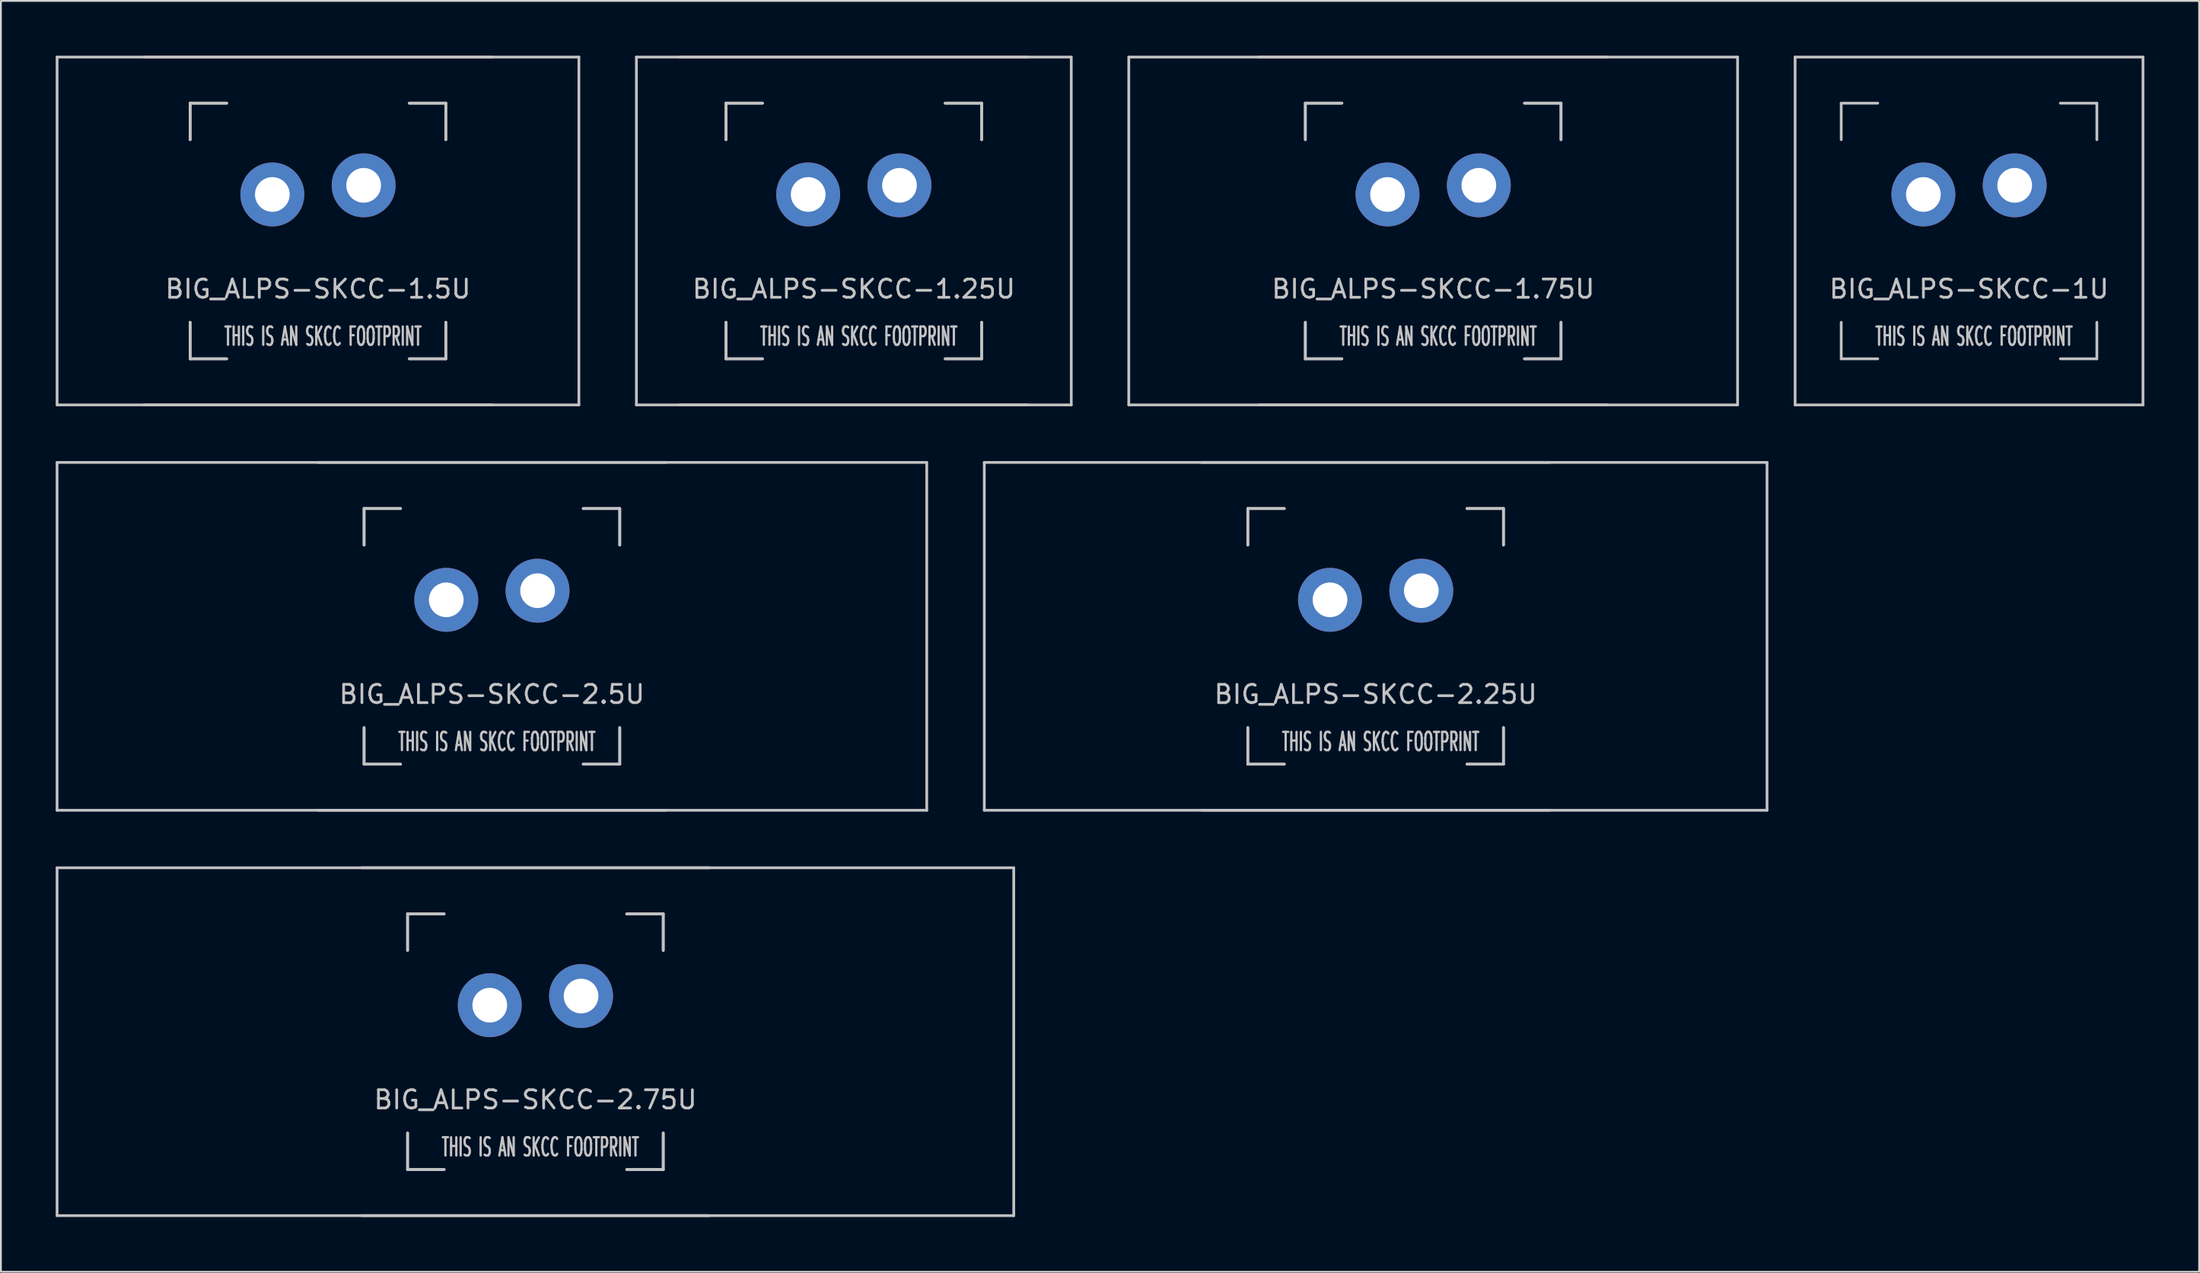
<source format=kicad_pcb>
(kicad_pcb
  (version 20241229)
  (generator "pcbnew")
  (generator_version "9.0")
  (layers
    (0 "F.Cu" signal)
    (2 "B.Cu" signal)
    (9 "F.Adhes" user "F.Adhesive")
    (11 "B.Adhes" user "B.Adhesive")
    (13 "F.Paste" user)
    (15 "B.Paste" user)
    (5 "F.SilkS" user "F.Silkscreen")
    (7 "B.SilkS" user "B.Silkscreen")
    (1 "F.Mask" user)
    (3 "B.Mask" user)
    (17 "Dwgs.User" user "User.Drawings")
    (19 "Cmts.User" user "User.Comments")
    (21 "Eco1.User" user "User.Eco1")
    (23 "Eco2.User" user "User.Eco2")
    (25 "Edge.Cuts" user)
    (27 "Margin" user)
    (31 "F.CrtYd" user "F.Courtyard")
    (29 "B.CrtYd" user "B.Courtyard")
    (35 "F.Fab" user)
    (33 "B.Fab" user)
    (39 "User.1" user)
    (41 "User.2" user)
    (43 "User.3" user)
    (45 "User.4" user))
  (footprint "BIG_ALPS-SKCC-1.25U"
    (layer "F.Cu")
    (at 43.706 9.6)
    (property "Reference" "BIG_ALPS-SKCC-1.25U" (at 0 3.175 0) (layer "Dwgs.User") (effects (font (size 1 1) (thickness 0.15))))
    (attr through_hole)
    (fp_line (start -11.906 -9.525) (end 11.906 -9.525) (stroke (width 0.15) (type solid)) (layer "Dwgs.User"))
    (fp_line (start -11.906 9.525) (end -11.906 -9.525) (stroke (width 0.15) (type solid)) (layer "Dwgs.User"))
    (fp_line (start -11.906 9.525) (end 11.906 9.525) (stroke (width 0.15) (type solid)) (layer "Dwgs.User"))
    (fp_line (start -9.525 -9.525) (end 9.525 -9.525) (stroke (width 0.15) (type solid)) (layer "Dwgs.User"))
    (fp_line (start -9.525 9.525) (end 9.525 9.525) (stroke (width 0.15) (type solid)) (layer "Dwgs.User"))
    (fp_line (start -7 -7) (end -7 -5) (stroke (width 0.15) (type solid)) (layer "Dwgs.User"))
    (fp_line (start -7 -7) (end -7 -5) (stroke (width 0.15) (type solid)) (layer "Dwgs.User"))
    (fp_line (start -7 5) (end -7 7) (stroke (width 0.15) (type solid)) (layer "Dwgs.User"))
    (fp_line (start -7 5) (end -7 7) (stroke (width 0.15) (type solid)) (layer "Dwgs.User"))
    (fp_line (start -7 7) (end -5 7) (stroke (width 0.15) (type solid)) (layer "Dwgs.User"))
    (fp_line (start -7 7) (end -5 7) (stroke (width 0.15) (type solid)) (layer "Dwgs.User"))
    (fp_line (start -5 -7) (end -7 -7) (stroke (width 0.15) (type solid)) (layer "Dwgs.User"))
    (fp_line (start -5 -7) (end -7 -7) (stroke (width 0.15) (type solid)) (layer "Dwgs.User"))
    (fp_line (start 5 -7) (end 7 -7) (stroke (width 0.15) (type solid)) (layer "Dwgs.User"))
    (fp_line (start 5 -7) (end 7 -7) (stroke (width 0.15) (type solid)) (layer "Dwgs.User"))
    (fp_line (start 5 7) (end 7 7) (stroke (width 0.15) (type solid)) (layer "Dwgs.User"))
    (fp_line (start 5 7) (end 7 7) (stroke (width 0.15) (type solid)) (layer "Dwgs.User"))
    (fp_line (start 7 -7) (end 7 -5) (stroke (width 0.15) (type solid)) (layer "Dwgs.User"))
    (fp_line (start 7 -7) (end 7 -5) (stroke (width 0.15) (type solid)) (layer "Dwgs.User"))
    (fp_line (start 7 7) (end 7 5) (stroke (width 0.15) (type solid)) (layer "Dwgs.User"))
    (fp_line (start 7 7) (end 7 5) (stroke (width 0.15) (type solid)) (layer "Dwgs.User"))
    (fp_line (start 11.906 -9.525) (end 11.906 9.525) (stroke (width 0.15) (type solid)) (layer "Dwgs.User"))
    (fp_text user "THIS IS AN SKCC FOOTPRINT" (at 0.275 5.775 0) (layer "Dwgs.User") (effects (font (size 1 0.5) (thickness 0.125))))
    (pad "1" thru_hole circle (at -2.5 -2) (size 3.5 3.5) (drill 1.9) (layers "*.Cu" "*.Mask"))
    (pad "2" thru_hole circle (at 2.5 -2.5) (size 3.5 3.5) (drill 1.9) (layers "*.Cu" "*.Mask")))
  (footprint "BIG_ALPS-SKCC-2.75U"
    (layer "F.Cu")
    (at 26.269 54)
    (property "Reference" "BIG_ALPS-SKCC-2.75U" (at 0 3.175 0) (layer "Dwgs.User") (effects (font (size 1 1) (thickness 0.15))))
    (attr through_hole)
    (fp_line (start -26.194 -9.525) (end 26.194 -9.525) (stroke (width 0.15) (type solid)) (layer "Dwgs.User"))
    (fp_line (start -26.194 9.525) (end -26.194 -9.525) (stroke (width 0.15) (type solid)) (layer "Dwgs.User"))
    (fp_line (start -26.194 9.525) (end 26.194 9.525) (stroke (width 0.15) (type solid)) (layer "Dwgs.User"))
    (fp_line (start -9.525 -9.525) (end 9.525 -9.525) (stroke (width 0.15) (type solid)) (layer "Dwgs.User"))
    (fp_line (start -9.525 9.525) (end 9.525 9.525) (stroke (width 0.15) (type solid)) (layer "Dwgs.User"))
    (fp_line (start -7 -7) (end -7 -5) (stroke (width 0.15) (type solid)) (layer "Dwgs.User"))
    (fp_line (start -7 -7) (end -7 -5) (stroke (width 0.15) (type solid)) (layer "Dwgs.User"))
    (fp_line (start -7 5) (end -7 7) (stroke (width 0.15) (type solid)) (layer "Dwgs.User"))
    (fp_line (start -7 5) (end -7 7) (stroke (width 0.15) (type solid)) (layer "Dwgs.User"))
    (fp_line (start -7 7) (end -5 7) (stroke (width 0.15) (type solid)) (layer "Dwgs.User"))
    (fp_line (start -7 7) (end -5 7) (stroke (width 0.15) (type solid)) (layer "Dwgs.User"))
    (fp_line (start -5 -7) (end -7 -7) (stroke (width 0.15) (type solid)) (layer "Dwgs.User"))
    (fp_line (start -5 -7) (end -7 -7) (stroke (width 0.15) (type solid)) (layer "Dwgs.User"))
    (fp_line (start 5 -7) (end 7 -7) (stroke (width 0.15) (type solid)) (layer "Dwgs.User"))
    (fp_line (start 5 -7) (end 7 -7) (stroke (width 0.15) (type solid)) (layer "Dwgs.User"))
    (fp_line (start 5 7) (end 7 7) (stroke (width 0.15) (type solid)) (layer "Dwgs.User"))
    (fp_line (start 5 7) (end 7 7) (stroke (width 0.15) (type solid)) (layer "Dwgs.User"))
    (fp_line (start 7 -7) (end 7 -5) (stroke (width 0.15) (type solid)) (layer "Dwgs.User"))
    (fp_line (start 7 -7) (end 7 -5) (stroke (width 0.15) (type solid)) (layer "Dwgs.User"))
    (fp_line (start 7 7) (end 7 5) (stroke (width 0.15) (type solid)) (layer "Dwgs.User"))
    (fp_line (start 7 7) (end 7 5) (stroke (width 0.15) (type solid)) (layer "Dwgs.User"))
    (fp_line (start 26.194 -9.525) (end 26.194 9.525) (stroke (width 0.15) (type solid)) (layer "Dwgs.User"))
    (fp_text user "THIS IS AN SKCC FOOTPRINT" (at 0.275 5.775 0) (layer "Dwgs.User") (effects (font (size 1 0.5) (thickness 0.125))))
    (pad "1" thru_hole circle (at -2.5 -2) (size 3.5 3.5) (drill 1.9) (layers "*.Cu" "*.Mask"))
    (pad "2" thru_hole circle (at 2.5 -2.5) (size 3.5 3.5) (drill 1.9) (layers "*.Cu" "*.Mask")))
  (footprint "BIG_ALPS-SKCC-1U"
    (layer "F.Cu")
    (at 104.775 9.6)
    (property "Reference" "BIG_ALPS-SKCC-1U" (at 0 3.175 0) (layer "Dwgs.User") (effects (font (size 1 1) (thickness 0.15))))
    (attr through_hole)
    (fp_line (start -9.525 -9.525) (end 9.525 -9.525) (stroke (width 0.15) (type solid)) (layer "Dwgs.User"))
    (fp_line (start -9.525 9.525) (end -9.525 -9.525) (stroke (width 0.15) (type solid)) (layer "Dwgs.User"))
    (fp_line (start -9.525 9.525) (end 9.525 9.525) (stroke (width 0.15) (type solid)) (layer "Dwgs.User"))
    (fp_line (start -7 -7) (end -7 -5) (stroke (width 0.15) (type solid)) (layer "Dwgs.User"))
    (fp_line (start -7 5) (end -7 7) (stroke (width 0.15) (type solid)) (layer "Dwgs.User"))
    (fp_line (start -7 7) (end -5 7) (stroke (width 0.15) (type solid)) (layer "Dwgs.User"))
    (fp_line (start -5 -7) (end -7 -7) (stroke (width 0.15) (type solid)) (layer "Dwgs.User"))
    (fp_line (start 5 -7) (end 7 -7) (stroke (width 0.15) (type solid)) (layer "Dwgs.User"))
    (fp_line (start 5 7) (end 7 7) (stroke (width 0.15) (type solid)) (layer "Dwgs.User"))
    (fp_line (start 7 -7) (end 7 -5) (stroke (width 0.15) (type solid)) (layer "Dwgs.User"))
    (fp_line (start 7 7) (end 7 5) (stroke (width 0.15) (type solid)) (layer "Dwgs.User"))
    (fp_line (start 9.525 -9.525) (end 9.525 9.525) (stroke (width 0.15) (type solid)) (layer "Dwgs.User"))
    (fp_text user "THIS IS AN SKCC FOOTPRINT" (at 0.275 5.775 0) (layer "Dwgs.User") (effects (font (size 1 0.5) (thickness 0.125))))
    (pad "1" thru_hole circle (at -2.5 -2) (size 3.5 3.5) (drill 1.9) (layers "*.Cu" "*.Mask"))
    (pad "2" thru_hole circle (at 2.5 -2.5) (size 3.5 3.5) (drill 1.9) (layers "*.Cu" "*.Mask")))
  (footprint "BIG_ALPS-SKCC-2.25U"
    (layer "F.Cu")
    (at 72.281 31.8)
    (property "Reference" "BIG_ALPS-SKCC-2.25U" (at 0 3.175 0) (layer "Dwgs.User") (effects (font (size 1 1) (thickness 0.15))))
    (attr through_hole)
    (fp_line (start -21.431 -9.525) (end 21.431 -9.525) (stroke (width 0.15) (type solid)) (layer "Dwgs.User"))
    (fp_line (start -21.431 9.525) (end -21.431 -9.525) (stroke (width 0.15) (type solid)) (layer "Dwgs.User"))
    (fp_line (start -21.431 9.525) (end 21.431 9.525) (stroke (width 0.15) (type solid)) (layer "Dwgs.User"))
    (fp_line (start -9.525 -9.525) (end 9.525 -9.525) (stroke (width 0.15) (type solid)) (layer "Dwgs.User"))
    (fp_line (start -9.525 9.525) (end 9.525 9.525) (stroke (width 0.15) (type solid)) (layer "Dwgs.User"))
    (fp_line (start -7 -7) (end -7 -5) (stroke (width 0.15) (type solid)) (layer "Dwgs.User"))
    (fp_line (start -7 -7) (end -7 -5) (stroke (width 0.15) (type solid)) (layer "Dwgs.User"))
    (fp_line (start -7 5) (end -7 7) (stroke (width 0.15) (type solid)) (layer "Dwgs.User"))
    (fp_line (start -7 5) (end -7 7) (stroke (width 0.15) (type solid)) (layer "Dwgs.User"))
    (fp_line (start -7 7) (end -5 7) (stroke (width 0.15) (type solid)) (layer "Dwgs.User"))
    (fp_line (start -7 7) (end -5 7) (stroke (width 0.15) (type solid)) (layer "Dwgs.User"))
    (fp_line (start -5 -7) (end -7 -7) (stroke (width 0.15) (type solid)) (layer "Dwgs.User"))
    (fp_line (start -5 -7) (end -7 -7) (stroke (width 0.15) (type solid)) (layer "Dwgs.User"))
    (fp_line (start 5 -7) (end 7 -7) (stroke (width 0.15) (type solid)) (layer "Dwgs.User"))
    (fp_line (start 5 -7) (end 7 -7) (stroke (width 0.15) (type solid)) (layer "Dwgs.User"))
    (fp_line (start 5 7) (end 7 7) (stroke (width 0.15) (type solid)) (layer "Dwgs.User"))
    (fp_line (start 5 7) (end 7 7) (stroke (width 0.15) (type solid)) (layer "Dwgs.User"))
    (fp_line (start 7 -7) (end 7 -5) (stroke (width 0.15) (type solid)) (layer "Dwgs.User"))
    (fp_line (start 7 -7) (end 7 -5) (stroke (width 0.15) (type solid)) (layer "Dwgs.User"))
    (fp_line (start 7 7) (end 7 5) (stroke (width 0.15) (type solid)) (layer "Dwgs.User"))
    (fp_line (start 7 7) (end 7 5) (stroke (width 0.15) (type solid)) (layer "Dwgs.User"))
    (fp_line (start 21.431 -9.525) (end 21.431 9.525) (stroke (width 0.15) (type solid)) (layer "Dwgs.User"))
    (fp_text user "THIS IS AN SKCC FOOTPRINT" (at 0.275 5.775 0) (layer "Dwgs.User") (effects (font (size 1 0.5) (thickness 0.125))))
    (pad "1" thru_hole circle (at -2.5 -2) (size 3.5 3.5) (drill 1.9) (layers "*.Cu" "*.Mask"))
    (pad "2" thru_hole circle (at 2.5 -2.5) (size 3.5 3.5) (drill 1.9) (layers "*.Cu" "*.Mask")))
  (footprint "BIG_ALPS-SKCC-1.75U"
    (layer "F.Cu")
    (at 75.431 9.6)
    (property "Reference" "BIG_ALPS-SKCC-1.75U" (at 0 3.175 0) (layer "Dwgs.User") (effects (font (size 1 1) (thickness 0.15))))
    (attr through_hole)
    (fp_line (start -16.669 -9.525) (end 16.669 -9.525) (stroke (width 0.15) (type solid)) (layer "Dwgs.User"))
    (fp_line (start -16.669 9.525) (end -16.669 -9.525) (stroke (width 0.15) (type solid)) (layer "Dwgs.User"))
    (fp_line (start -16.669 9.525) (end 16.669 9.525) (stroke (width 0.15) (type solid)) (layer "Dwgs.User"))
    (fp_line (start -9.525 -9.525) (end 9.525 -9.525) (stroke (width 0.15) (type solid)) (layer "Dwgs.User"))
    (fp_line (start -9.525 9.525) (end 9.525 9.525) (stroke (width 0.15) (type solid)) (layer "Dwgs.User"))
    (fp_line (start -7 -7) (end -7 -5) (stroke (width 0.15) (type solid)) (layer "Dwgs.User"))
    (fp_line (start -7 -7) (end -7 -5) (stroke (width 0.15) (type solid)) (layer "Dwgs.User"))
    (fp_line (start -7 5) (end -7 7) (stroke (width 0.15) (type solid)) (layer "Dwgs.User"))
    (fp_line (start -7 5) (end -7 7) (stroke (width 0.15) (type solid)) (layer "Dwgs.User"))
    (fp_line (start -7 7) (end -5 7) (stroke (width 0.15) (type solid)) (layer "Dwgs.User"))
    (fp_line (start -7 7) (end -5 7) (stroke (width 0.15) (type solid)) (layer "Dwgs.User"))
    (fp_line (start -5 -7) (end -7 -7) (stroke (width 0.15) (type solid)) (layer "Dwgs.User"))
    (fp_line (start -5 -7) (end -7 -7) (stroke (width 0.15) (type solid)) (layer "Dwgs.User"))
    (fp_line (start 5 -7) (end 7 -7) (stroke (width 0.15) (type solid)) (layer "Dwgs.User"))
    (fp_line (start 5 -7) (end 7 -7) (stroke (width 0.15) (type solid)) (layer "Dwgs.User"))
    (fp_line (start 5 7) (end 7 7) (stroke (width 0.15) (type solid)) (layer "Dwgs.User"))
    (fp_line (start 5 7) (end 7 7) (stroke (width 0.15) (type solid)) (layer "Dwgs.User"))
    (fp_line (start 7 -7) (end 7 -5) (stroke (width 0.15) (type solid)) (layer "Dwgs.User"))
    (fp_line (start 7 -7) (end 7 -5) (stroke (width 0.15) (type solid)) (layer "Dwgs.User"))
    (fp_line (start 7 7) (end 7 5) (stroke (width 0.15) (type solid)) (layer "Dwgs.User"))
    (fp_line (start 7 7) (end 7 5) (stroke (width 0.15) (type solid)) (layer "Dwgs.User"))
    (fp_line (start 16.669 -9.525) (end 16.669 9.525) (stroke (width 0.15) (type solid)) (layer "Dwgs.User"))
    (fp_text user "THIS IS AN SKCC FOOTPRINT" (at 0.275 5.775 0) (layer "Dwgs.User") (effects (font (size 1 0.5) (thickness 0.125))))
    (pad "1" thru_hole circle (at -2.5 -2) (size 3.5 3.5) (drill 1.9) (layers "*.Cu" "*.Mask"))
    (pad "2" thru_hole circle (at 2.5 -2.5) (size 3.5 3.5) (drill 1.9) (layers "*.Cu" "*.Mask")))
  (footprint "BIG_ALPS-SKCC-1.5U"
    (layer "F.Cu")
    (at 14.363 9.6)
    (property "Reference" "BIG_ALPS-SKCC-1.5U" (at 0 3.175 0) (layer "Dwgs.User") (effects (font (size 1 1) (thickness 0.15))))
    (attr through_hole)
    (fp_line (start -14.287 -9.525) (end 14.287 -9.525) (stroke (width 0.15) (type solid)) (layer "Dwgs.User"))
    (fp_line (start -14.287 9.525) (end -14.287 -9.525) (stroke (width 0.15) (type solid)) (layer "Dwgs.User"))
    (fp_line (start -14.287 9.525) (end 14.287 9.525) (stroke (width 0.15) (type solid)) (layer "Dwgs.User"))
    (fp_line (start -9.525 -9.525) (end 9.525 -9.525) (stroke (width 0.15) (type solid)) (layer "Dwgs.User"))
    (fp_line (start -9.525 9.525) (end 9.525 9.525) (stroke (width 0.15) (type solid)) (layer "Dwgs.User"))
    (fp_line (start -7 -7) (end -7 -5) (stroke (width 0.15) (type solid)) (layer "Dwgs.User"))
    (fp_line (start -7 -7) (end -7 -5) (stroke (width 0.15) (type solid)) (layer "Dwgs.User"))
    (fp_line (start -7 5) (end -7 7) (stroke (width 0.15) (type solid)) (layer "Dwgs.User"))
    (fp_line (start -7 5) (end -7 7) (stroke (width 0.15) (type solid)) (layer "Dwgs.User"))
    (fp_line (start -7 7) (end -5 7) (stroke (width 0.15) (type solid)) (layer "Dwgs.User"))
    (fp_line (start -7 7) (end -5 7) (stroke (width 0.15) (type solid)) (layer "Dwgs.User"))
    (fp_line (start -5 -7) (end -7 -7) (stroke (width 0.15) (type solid)) (layer "Dwgs.User"))
    (fp_line (start -5 -7) (end -7 -7) (stroke (width 0.15) (type solid)) (layer "Dwgs.User"))
    (fp_line (start 5 -7) (end 7 -7) (stroke (width 0.15) (type solid)) (layer "Dwgs.User"))
    (fp_line (start 5 -7) (end 7 -7) (stroke (width 0.15) (type solid)) (layer "Dwgs.User"))
    (fp_line (start 5 7) (end 7 7) (stroke (width 0.15) (type solid)) (layer "Dwgs.User"))
    (fp_line (start 5 7) (end 7 7) (stroke (width 0.15) (type solid)) (layer "Dwgs.User"))
    (fp_line (start 7 -7) (end 7 -5) (stroke (width 0.15) (type solid)) (layer "Dwgs.User"))
    (fp_line (start 7 -7) (end 7 -5) (stroke (width 0.15) (type solid)) (layer "Dwgs.User"))
    (fp_line (start 7 7) (end 7 5) (stroke (width 0.15) (type solid)) (layer "Dwgs.User"))
    (fp_line (start 7 7) (end 7 5) (stroke (width 0.15) (type solid)) (layer "Dwgs.User"))
    (fp_line (start 14.287 -9.525) (end 14.287 9.525) (stroke (width 0.15) (type solid)) (layer "Dwgs.User"))
    (fp_text user "THIS IS AN SKCC FOOTPRINT" (at 0.275 5.775 0) (layer "Dwgs.User") (effects (font (size 1 0.5) (thickness 0.125))))
    (pad "1" thru_hole circle (at -2.5 -2) (size 3.5 3.5) (drill 1.9) (layers "*.Cu" "*.Mask"))
    (pad "2" thru_hole circle (at 2.5 -2.5) (size 3.5 3.5) (drill 1.9) (layers "*.Cu" "*.Mask")))
  (footprint "BIG_ALPS-SKCC-2.5U"
    (layer "F.Cu")
    (at 23.887 31.8)
    (property "Reference" "BIG_ALPS-SKCC-2.5U" (at 0 3.175 0) (layer "Dwgs.User") (effects (font (size 1 1) (thickness 0.15))))
    (attr through_hole)
    (fp_line (start -23.812 -9.525) (end 23.812 -9.525) (stroke (width 0.15) (type solid)) (layer "Dwgs.User"))
    (fp_line (start -23.812 9.525) (end -23.812 -9.525) (stroke (width 0.15) (type solid)) (layer "Dwgs.User"))
    (fp_line (start -23.812 9.525) (end 23.812 9.525) (stroke (width 0.15) (type solid)) (layer "Dwgs.User"))
    (fp_line (start -9.525 -9.525) (end 9.525 -9.525) (stroke (width 0.15) (type solid)) (layer "Dwgs.User"))
    (fp_line (start -9.525 9.525) (end 9.525 9.525) (stroke (width 0.15) (type solid)) (layer "Dwgs.User"))
    (fp_line (start -7 -7) (end -7 -5) (stroke (width 0.15) (type solid)) (layer "Dwgs.User"))
    (fp_line (start -7 -7) (end -7 -5) (stroke (width 0.15) (type solid)) (layer "Dwgs.User"))
    (fp_line (start -7 5) (end -7 7) (stroke (width 0.15) (type solid)) (layer "Dwgs.User"))
    (fp_line (start -7 5) (end -7 7) (stroke (width 0.15) (type solid)) (layer "Dwgs.User"))
    (fp_line (start -7 7) (end -5 7) (stroke (width 0.15) (type solid)) (layer "Dwgs.User"))
    (fp_line (start -7 7) (end -5 7) (stroke (width 0.15) (type solid)) (layer "Dwgs.User"))
    (fp_line (start -5 -7) (end -7 -7) (stroke (width 0.15) (type solid)) (layer "Dwgs.User"))
    (fp_line (start -5 -7) (end -7 -7) (stroke (width 0.15) (type solid)) (layer "Dwgs.User"))
    (fp_line (start 5 -7) (end 7 -7) (stroke (width 0.15) (type solid)) (layer "Dwgs.User"))
    (fp_line (start 5 -7) (end 7 -7) (stroke (width 0.15) (type solid)) (layer "Dwgs.User"))
    (fp_line (start 5 7) (end 7 7) (stroke (width 0.15) (type solid)) (layer "Dwgs.User"))
    (fp_line (start 5 7) (end 7 7) (stroke (width 0.15) (type solid)) (layer "Dwgs.User"))
    (fp_line (start 7 -7) (end 7 -5) (stroke (width 0.15) (type solid)) (layer "Dwgs.User"))
    (fp_line (start 7 -7) (end 7 -5) (stroke (width 0.15) (type solid)) (layer "Dwgs.User"))
    (fp_line (start 7 7) (end 7 5) (stroke (width 0.15) (type solid)) (layer "Dwgs.User"))
    (fp_line (start 7 7) (end 7 5) (stroke (width 0.15) (type solid)) (layer "Dwgs.User"))
    (fp_line (start 23.812 -9.525) (end 23.812 9.525) (stroke (width 0.15) (type solid)) (layer "Dwgs.User"))
    (fp_text user "THIS IS AN SKCC FOOTPRINT" (at 0.275 5.775 0) (layer "Dwgs.User") (effects (font (size 1 0.5) (thickness 0.125))))
    (pad "1" thru_hole circle (at -2.5 -2) (size 3.5 3.5) (drill 1.9) (layers "*.Cu" "*.Mask"))
    (pad "2" thru_hole circle (at 2.5 -2.5) (size 3.5 3.5) (drill 1.9) (layers "*.Cu" "*.Mask")))
  (gr_rect
    (start -3 -3)
    (end 117.375 66.6)
    (stroke (width 0.1) (type default))
    (fill no)
    (layer "Edge.Cuts")))
</source>
